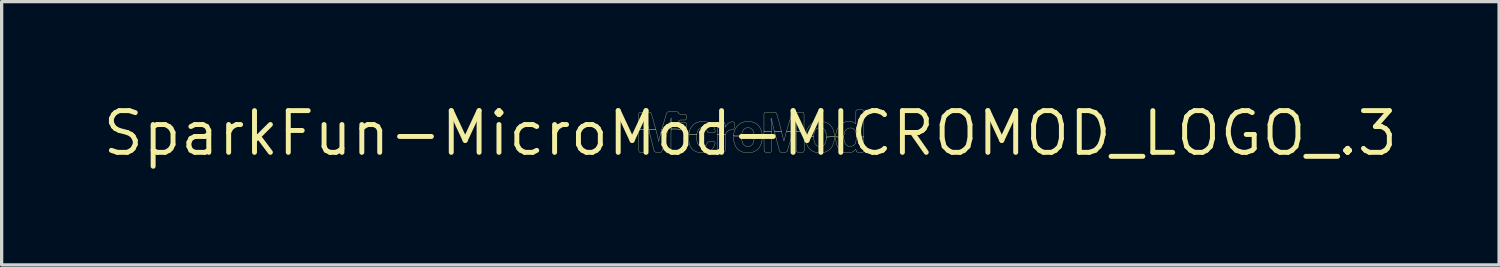
<source format=kicad_pcb>
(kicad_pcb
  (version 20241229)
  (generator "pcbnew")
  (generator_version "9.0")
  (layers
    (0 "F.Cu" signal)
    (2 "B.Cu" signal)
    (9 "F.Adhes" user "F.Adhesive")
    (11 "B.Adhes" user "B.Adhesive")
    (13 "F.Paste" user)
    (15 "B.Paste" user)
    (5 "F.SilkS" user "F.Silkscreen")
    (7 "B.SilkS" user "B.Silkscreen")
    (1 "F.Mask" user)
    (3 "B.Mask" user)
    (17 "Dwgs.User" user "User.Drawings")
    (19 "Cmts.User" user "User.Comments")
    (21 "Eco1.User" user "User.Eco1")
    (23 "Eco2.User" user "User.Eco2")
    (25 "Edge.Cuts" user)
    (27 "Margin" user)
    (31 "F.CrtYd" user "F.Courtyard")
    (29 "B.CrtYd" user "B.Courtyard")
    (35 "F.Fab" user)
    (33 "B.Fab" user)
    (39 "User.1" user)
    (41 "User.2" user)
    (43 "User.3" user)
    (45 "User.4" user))
  (footprint "SparkFun-MicroMod-MICROMOD_LOGO_.3"
    (layer "F.Cu")
    (at 19.783 1.006)
    (property "Reference" "SparkFun-MicroMod-MICROMOD_LOGO_.3" (at 0 0 0) (layer "F.SilkS") (effects (font (size 1.27 1.27) (thickness 0.15))))
    (attr exclude_from_pos_files exclude_from_bom)
    (fp_poly (pts (xy 1.636 -0.051) (xy 1.422 -0.051) (xy 1.394 -0.081) (xy 1.397 0.508) (xy 1.402 0.559) (xy 1.45 0.577) (xy 1.557 0.577) (xy 1.61 0.574) (xy 1.636 0.533) (xy 1.636 -0.051)) (stroke (width 0.008) (type solid)) (fill no) (layer "F.SilkS"))
    (fp_poly (pts (xy -3.396 -0.104) (xy -3.396 0.526) (xy -3.378 0.572) (xy -3.325 0.577) (xy -3.221 0.577) (xy -3.172 0.561) (xy -3.165 0.511) (xy -3.165 0.089) (xy -3.17 -0.109) (xy -3.185 -0.104) (xy -3.396 -0.104)) (stroke (width 0.008) (type solid)) (fill no) (layer "F.SilkS"))
    (fp_poly (pts (xy 0.643 -0.051) (xy 0.432 -0.051) (xy 0.414 -0.074) (xy 0.417 0.508) (xy 0.424 0.559) (xy 0.47 0.579) (xy 0.574 0.579) (xy 0.627 0.572) (xy 0.645 0.526) (xy 0.645 0.051) (xy 0.643 -0.051)) (stroke (width 0.008) (type solid)) (fill no) (layer "F.SilkS"))
    (fp_poly (pts (xy -0.752 0.03) (xy -0.965 0.03) (xy -1.008 0.043) (xy -1.008 0.526) (xy -0.988 0.574) (xy -0.935 0.577) (xy -0.826 0.577) (xy -0.777 0.564) (xy -0.765 0.513) (xy -0.765 0.137) (xy -0.759 0.084) (xy -0.752 0.03)) (stroke (width 0.008) (type solid)) (fill no) (layer "F.SilkS"))
    (fp_poly (pts (xy -1.935 -0.104) (xy -2.416 -0.15) (xy -2.413 -0.056) (xy -2.416 -0.005) (xy -2.416 0.518) (xy -2.4 0.566) (xy -2.352 0.577) (xy -2.245 0.577) (xy -2.195 0.572) (xy -2.174 0.526) (xy -2.141 0.495) (xy -1.984 0.495) (xy -1.941 0.467) (xy -1.933 0.417) (xy -1.933 -0.053) (xy -1.935 -0.104)) (stroke (width 0.008) (type solid)) (fill no) (layer "F.SilkS"))
    (fp_poly (pts (xy -3.355 -0.643) (xy -3.393 -0.612) (xy -3.396 -0.104) (xy -3.376 -0.104) (xy -3.216 -0.104) (xy -3.17 -0.109) (xy -3.175 -0.32) (xy -3.18 -0.427) (xy -3.178 -0.472) (xy -3.165 -0.424) (xy -3.086 -0.104) (xy -3.051 -0.104) (xy -2.893 -0.104) (xy -2.873 -0.102) (xy -2.954 -0.394) (xy -3.012 -0.597) (xy -3.04 -0.64) (xy -3.091 -0.643) (xy -3.355 -0.643)) (stroke (width 0.008) (type solid)) (fill no) (layer "F.SilkS"))
    (fp_poly (pts (xy 1.577 -0.643) (xy 1.316 -0.643) (xy 1.273 -0.62) (xy 1.191 -0.371) (xy 1.102 -0.069) (xy 1.13 -0.051) (xy 1.285 -0.051) (xy 1.303 -0.097) (xy 1.328 -0.198) (xy 1.367 -0.351) (xy 1.392 -0.455) (xy 1.402 -0.442) (xy 1.397 -0.284) (xy 1.394 -0.074) (xy 1.422 -0.051) (xy 1.633 -0.051) (xy 1.633 -0.574) (xy 1.626 -0.625) (xy 1.577 -0.643)) (stroke (width 0.008) (type solid)) (fill no) (layer "F.SilkS"))
    (fp_poly (pts (xy 0.734 -0.051) (xy 0.945 -0.051) (xy 0.937 -0.099) (xy 0.897 -0.254) (xy 0.841 -0.457) (xy 0.798 -0.61) (xy 0.759 -0.643) (xy 0.495 -0.643) (xy 0.442 -0.64) (xy 0.414 -0.599) (xy 0.414 -0.071) (xy 0.447 -0.051) (xy 0.607 -0.051) (xy 0.643 -0.043) (xy 0.635 -0.282) (xy 0.627 -0.442) (xy 0.638 -0.462) (xy 0.696 -0.203) (xy 0.719 -0.102) (xy 0.734 -0.051)) (stroke (width 0.008) (type solid)) (fill no) (layer "F.SilkS"))
    (fp_poly (pts (xy -2.875 -0.104) (xy -3.086 -0.104) (xy -3.078 -0.056) (xy -2.987 0.305) (xy -2.934 0.511) (xy -2.918 0.561) (xy -2.87 0.577) (xy -2.764 0.577) (xy -2.713 0.574) (xy -2.685 0.528) (xy -2.596 0.224) (xy -2.51 -0.081) (xy -2.532 -0.104) (xy -2.695 -0.114) (xy -2.713 -0.066) (xy -2.738 0.043) (xy -2.766 0.145) (xy -2.789 0.249) (xy -2.847 -0.003) (xy -2.86 -0.053) (xy -2.875 -0.104)) (stroke (width 0.008) (type solid)) (fill no) (layer "F.SilkS"))
    (fp_poly (pts (xy 1.29 -0.051) (xy 1.133 -0.051) (xy 1.102 -0.074) (xy 1.052 0.117) (xy 1.026 0.221) (xy 1.016 0.234) (xy 0.993 0.13) (xy 0.945 -0.056) (xy 0.925 -0.051) (xy 0.767 -0.051) (xy 0.734 -0.056) (xy 0.818 0.277) (xy 0.884 0.533) (xy 0.912 0.574) (xy 0.965 0.577) (xy 1.069 0.577) (xy 1.118 0.559) (xy 1.148 0.457) (xy 1.224 0.203) (xy 1.28 0) (xy 1.29 -0.051)) (stroke (width 0.008) (type solid)) (fill no) (layer "F.SilkS"))
    (fp_poly (pts (xy -0.528 -0.356) (xy -0.582 -0.345) (xy -0.63 -0.328) (xy -0.676 -0.302) (xy -0.714 -0.267) (xy -0.747 -0.226) (xy -0.77 -0.183) (xy -0.77 -0.236) (xy -0.772 -0.287) (xy -0.79 -0.335) (xy -0.841 -0.343) (xy -0.945 -0.343) (xy -0.996 -0.335) (xy -1.011 -0.287) (xy -1.011 -0.236) (xy -1.008 0.043) (xy -0.965 0.03) (xy -0.754 0.03) (xy -0.734 -0.013) (xy -0.701 -0.056) (xy -0.66 -0.086) (xy -0.61 -0.102) (xy -0.559 -0.112) (xy -0.508 -0.122) (xy -0.49 -0.168) (xy -0.493 -0.325) (xy -0.528 -0.356)) (stroke (width 0.008) (type solid)) (fill no) (layer "F.SilkS"))
    (fp_poly (pts (xy -2.697 -0.104) (xy -2.54 -0.104) (xy -2.512 -0.079) (xy -2.461 -0.277) (xy -2.423 -0.432) (xy -2.408 -0.465) (xy -2.413 -0.305) (xy -2.416 -0.147) (xy -2.405 -0.104) (xy -1.981 -0.104) (xy -1.938 -0.114) (xy -1.938 -0.272) (xy -1.958 -0.32) (xy -2.007 -0.33) (xy -2.113 -0.33) (xy -2.167 -0.335) (xy -2.179 -0.384) (xy -2.136 -0.404) (xy -2.032 -0.404) (xy -1.979 -0.406) (xy -1.941 -0.439) (xy -1.938 -0.493) (xy -1.941 -0.546) (xy -1.981 -0.579) (xy -2.139 -0.579) (xy -2.179 -0.605) (xy -2.202 -0.648) (xy -2.253 -0.653) (xy -2.466 -0.653) (xy -2.517 -0.65) (xy -2.55 -0.612) (xy -2.685 -0.157) (xy -2.697 -0.104)) (stroke (width 0.008) (type solid)) (fill no) (layer "F.SilkS"))
    (fp_poly (pts (xy -1.45 -0.361) (xy -1.504 -0.358) (xy -1.557 -0.348) (xy -1.608 -0.335) (xy -1.656 -0.312) (xy -1.702 -0.287) (xy -1.742 -0.251) (xy -1.781 -0.211) (xy -1.808 -0.168) (xy -1.834 -0.119) (xy -1.852 -0.071) (xy -1.867 -0.018) (xy -1.875 0.033) (xy -1.834 0.043) (xy -1.674 0.043) (xy -1.631 0.043) (xy -1.621 -0.018) (xy -1.605 -0.069) (xy -1.58 -0.117) (xy -1.539 -0.152) (xy -1.491 -0.173) (xy -1.438 -0.175) (xy -1.387 -0.16) (xy -1.344 -0.127) (xy -1.318 -0.081) (xy -1.3 -0.03) (xy -1.252 -0.015) (xy -1.146 -0.015) (xy -1.092 -0.018) (xy -1.067 -0.061) (xy -1.079 -0.112) (xy -1.097 -0.163) (xy -1.125 -0.208) (xy -1.158 -0.251) (xy -1.199 -0.287) (xy -1.242 -0.315) (xy -1.293 -0.335) (xy -1.344 -0.351) (xy -1.397 -0.358) (xy -1.45 -0.361)) (stroke (width 0.008) (type solid)) (fill no) (layer "F.SilkS"))
    (fp_poly (pts (xy -1.631 0.043) (xy -1.841 0.043) (xy -1.875 0.033) (xy -1.88 0.114) (xy -1.88 0.168) (xy -1.875 0.221) (xy -1.867 0.272) (xy -1.854 0.323) (xy -1.836 0.373) (xy -1.811 0.419) (xy -1.783 0.462) (xy -1.745 0.5) (xy -1.704 0.533) (xy -1.659 0.556) (xy -1.608 0.574) (xy -1.557 0.587) (xy -1.504 0.592) (xy -1.45 0.592) (xy -1.4 0.589) (xy -1.346 0.582) (xy -1.295 0.566) (xy -1.247 0.546) (xy -1.204 0.516) (xy -1.166 0.483) (xy -1.13 0.439) (xy -1.105 0.396) (xy -1.085 0.345) (xy -1.069 0.297) (xy -1.1 0.257) (xy -1.151 0.254) (xy -1.257 0.254) (xy -1.303 0.272) (xy -1.323 0.32) (xy -1.351 0.366) (xy -1.392 0.396) (xy -1.443 0.409) (xy -1.496 0.406) (xy -1.544 0.386) (xy -1.582 0.351) (xy -1.605 0.302) (xy -1.621 0.254) (xy -1.631 0.201) (xy -1.633 0.147) (xy -1.636 0.097) (xy -1.631 0.043)) (stroke (width 0.008) (type solid)) (fill no) (layer "F.SilkS"))
    (fp_poly (pts (xy 3.251 -0.716) (xy 3.213 -0.686) (xy 3.211 -0.632) (xy 3.211 -0.315) (xy 3.203 -0.287) (xy 3.162 -0.323) (xy 3.114 -0.343) (xy 3.063 -0.356) (xy 3.01 -0.358) (xy 2.957 -0.358) (xy 2.903 -0.351) (xy 2.855 -0.335) (xy 2.807 -0.312) (xy 2.761 -0.282) (xy 2.723 -0.246) (xy 2.69 -0.206) (xy 2.662 -0.16) (xy 2.639 -0.112) (xy 2.621 -0.064) (xy 2.609 -0.01) (xy 2.601 0.038) (xy 2.598 0.091) (xy 2.629 0.112) (xy 2.842 0.112) (xy 2.847 0.061) (xy 2.855 0.01) (xy 2.868 -0.038) (xy 2.893 -0.086) (xy 2.929 -0.124) (xy 2.974 -0.15) (xy 3.028 -0.163) (xy 3.078 -0.16) (xy 3.129 -0.145) (xy 3.172 -0.114) (xy 3.198 -0.069) (xy 3.213 -0.018) (xy 3.218 0.033) (xy 3.223 0.086) (xy 3.249 0.112) (xy 3.409 0.112) (xy 3.454 0.104) (xy 3.454 -0.635) (xy 3.452 -0.688) (xy 3.411 -0.716) (xy 3.251 -0.716)) (stroke (width 0.008) (type solid)) (fill no) (layer "F.SilkS"))
    (fp_poly (pts (xy -0.066 -0.361) (xy -0.119 -0.358) (xy -0.17 -0.351) (xy -0.221 -0.338) (xy -0.272 -0.318) (xy -0.318 -0.292) (xy -0.358 -0.262) (xy -0.396 -0.224) (xy -0.429 -0.183) (xy -0.455 -0.137) (xy -0.478 -0.089) (xy -0.493 -0.041) (xy -0.503 0.008) (xy -0.511 0.061) (xy -0.485 0.086) (xy -0.267 0.114) (xy -0.264 0.043) (xy -0.254 -0.008) (xy -0.239 -0.056) (xy -0.213 -0.102) (xy -0.175 -0.14) (xy -0.13 -0.163) (xy -0.079 -0.17) (xy -0.025 -0.165) (xy 0.02 -0.145) (xy 0.061 -0.112) (xy 0.086 -0.066) (xy 0.104 -0.018) (xy 0.112 0.033) (xy 0.117 0.084) (xy 0.168 0.086) (xy 0.325 0.086) (xy 0.361 0.084) (xy 0.356 0.018) (xy 0.348 -0.03) (xy 0.333 -0.081) (xy 0.312 -0.132) (xy 0.29 -0.178) (xy 0.259 -0.221) (xy 0.221 -0.259) (xy 0.18 -0.292) (xy 0.135 -0.318) (xy 0.086 -0.338) (xy 0.036 -0.351) (xy -0.013 -0.358) (xy -0.066 -0.361)) (stroke (width 0.008) (type solid)) (fill no) (layer "F.SilkS"))
    (fp_poly (pts (xy 2.129 -0.361) (xy 2.075 -0.358) (xy 2.024 -0.351) (xy 1.974 -0.338) (xy 1.923 -0.32) (xy 1.877 -0.295) (xy 1.836 -0.262) (xy 1.798 -0.226) (xy 1.765 -0.185) (xy 1.74 -0.14) (xy 1.717 -0.091) (xy 1.702 -0.041) (xy 1.692 0.008) (xy 1.681 0.117) (xy 1.694 0.097) (xy 1.905 0.097) (xy 1.925 0.099) (xy 1.935 0.015) (xy 1.946 -0.033) (xy 1.968 -0.081) (xy 1.999 -0.122) (xy 2.042 -0.152) (xy 2.09 -0.168) (xy 2.144 -0.17) (xy 2.195 -0.157) (xy 2.238 -0.13) (xy 2.271 -0.089) (xy 2.294 -0.043) (xy 2.306 0.005) (xy 2.311 0.058) (xy 2.311 0.122) (xy 2.537 0.097) (xy 2.558 0.104) (xy 2.553 0.015) (xy 2.543 -0.033) (xy 2.53 -0.084) (xy 2.51 -0.132) (xy 2.484 -0.18) (xy 2.454 -0.221) (xy 2.418 -0.259) (xy 2.377 -0.292) (xy 2.332 -0.318) (xy 2.283 -0.338) (xy 2.233 -0.351) (xy 2.179 -0.358) (xy 2.129 -0.361)) (stroke (width 0.008) (type solid)) (fill no) (layer "F.SilkS"))
    (fp_poly (pts (xy 3.454 0.112) (xy 3.241 0.112) (xy 3.221 0.084) (xy 3.218 0.198) (xy 3.211 0.251) (xy 3.198 0.302) (xy 3.17 0.348) (xy 3.127 0.378) (xy 3.076 0.394) (xy 3.025 0.399) (xy 2.972 0.389) (xy 2.926 0.361) (xy 2.893 0.323) (xy 2.868 0.274) (xy 2.855 0.224) (xy 2.847 0.17) (xy 2.845 0.117) (xy 2.797 0.112) (xy 2.639 0.112) (xy 2.598 0.094) (xy 2.598 0.178) (xy 2.603 0.229) (xy 2.614 0.282) (xy 2.626 0.333) (xy 2.644 0.384) (xy 2.667 0.432) (xy 2.697 0.475) (xy 2.733 0.513) (xy 2.774 0.546) (xy 2.822 0.572) (xy 2.873 0.587) (xy 2.926 0.594) (xy 2.977 0.594) (xy 3.03 0.589) (xy 3.084 0.579) (xy 3.132 0.556) (xy 3.172 0.523) (xy 3.205 0.483) (xy 3.216 0.505) (xy 3.226 0.559) (xy 3.272 0.579) (xy 3.376 0.579) (xy 3.429 0.577) (xy 3.459 0.536) (xy 3.454 0.429) (xy 3.454 0.112)) (stroke (width 0.008) (type solid)) (fill no) (layer "F.SilkS"))
    (fp_poly (pts (xy 2.558 0.097) (xy 2.344 0.097) (xy 2.311 0.119) (xy 2.309 0.17) (xy 2.301 0.224) (xy 2.289 0.274) (xy 2.266 0.323) (xy 2.233 0.363) (xy 2.189 0.394) (xy 2.136 0.404) (xy 2.085 0.401) (xy 2.035 0.384) (xy 1.994 0.348) (xy 1.966 0.305) (xy 1.946 0.257) (xy 1.935 0.203) (xy 1.928 0.15) (xy 1.928 0.097) (xy 1.714 0.097) (xy 1.681 0.117) (xy 1.684 0.17) (xy 1.689 0.224) (xy 1.699 0.274) (xy 1.714 0.325) (xy 1.735 0.376) (xy 1.76 0.422) (xy 1.793 0.462) (xy 1.831 0.5) (xy 1.872 0.533) (xy 1.92 0.556) (xy 1.968 0.574) (xy 2.022 0.587) (xy 2.075 0.592) (xy 2.126 0.594) (xy 2.179 0.592) (xy 2.233 0.582) (xy 2.283 0.569) (xy 2.332 0.546) (xy 2.377 0.521) (xy 2.418 0.488) (xy 2.456 0.447) (xy 2.484 0.404) (xy 2.51 0.356) (xy 2.527 0.307) (xy 2.543 0.257) (xy 2.55 0.203) (xy 2.555 0.15) (xy 2.558 0.097)) (stroke (width 0.008) (type solid)) (fill no) (layer "F.SilkS"))
    (fp_poly (pts (xy 0.361 0.086) (xy 0.15 0.086) (xy 0.117 0.081) (xy 0.114 0.16) (xy 0.107 0.211) (xy 0.097 0.264) (xy 0.076 0.312) (xy 0.046 0.356) (xy 0.003 0.386) (xy -0.043 0.404) (xy -0.097 0.404) (xy -0.147 0.389) (xy -0.191 0.358) (xy -0.224 0.318) (xy -0.244 0.269) (xy -0.257 0.218) (xy -0.264 0.165) (xy -0.267 0.112) (xy -0.295 0.086) (xy -0.511 0.058) (xy -0.513 0.132) (xy -0.508 0.185) (xy -0.503 0.239) (xy -0.49 0.29) (xy -0.475 0.34) (xy -0.452 0.389) (xy -0.424 0.434) (xy -0.391 0.475) (xy -0.353 0.511) (xy -0.307 0.538) (xy -0.262 0.561) (xy -0.211 0.579) (xy -0.157 0.589) (xy -0.107 0.594) (xy -0.053 0.594) (xy 0 0.589) (xy 0.048 0.579) (xy 0.099 0.564) (xy 0.147 0.541) (xy 0.191 0.513) (xy 0.231 0.478) (xy 0.267 0.437) (xy 0.295 0.394) (xy 0.318 0.345) (xy 0.335 0.297) (xy 0.348 0.244) (xy 0.356 0.193) (xy 0.361 0.14) (xy 0.361 0.086)) (stroke (width 0.008) (type solid)) (fill no) (layer "F.SilkS")))
  (gr_rect
    (start -3 -3)
    (end 42.566 5.012)
    (stroke (width 0.1) (type default))
    (fill no)
    (layer "Edge.Cuts")))
</source>
